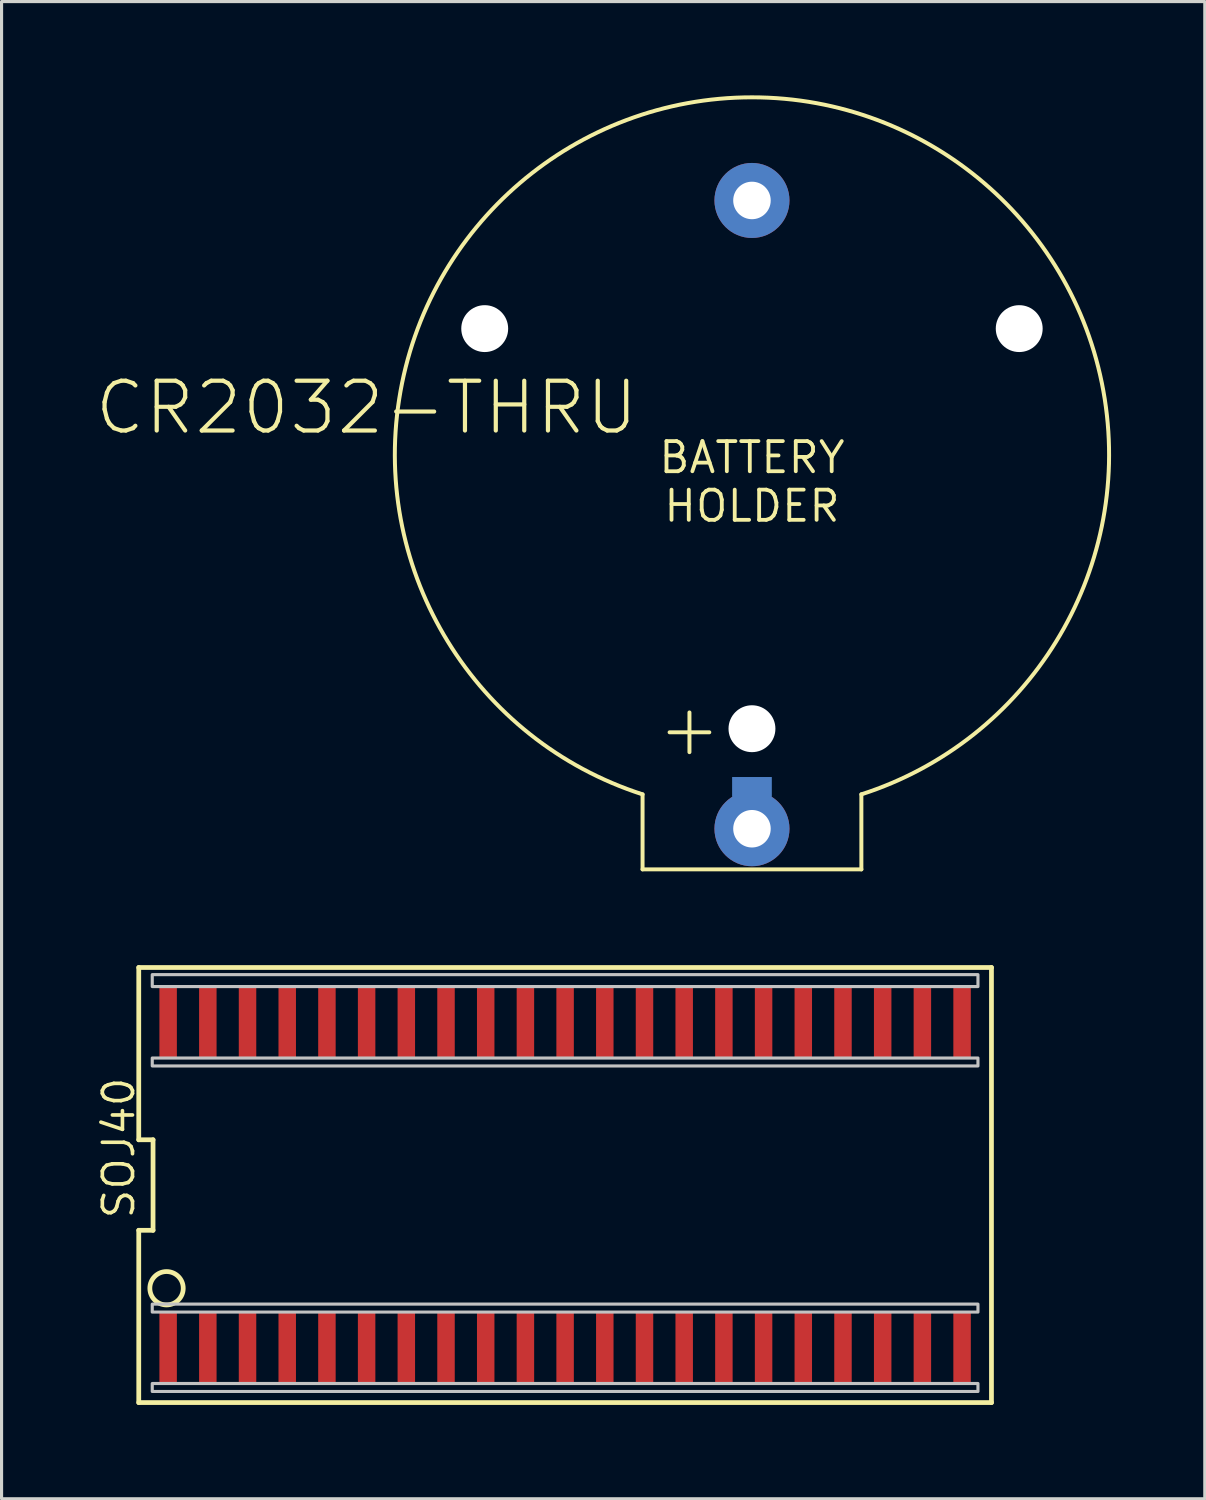
<source format=kicad_pcb>
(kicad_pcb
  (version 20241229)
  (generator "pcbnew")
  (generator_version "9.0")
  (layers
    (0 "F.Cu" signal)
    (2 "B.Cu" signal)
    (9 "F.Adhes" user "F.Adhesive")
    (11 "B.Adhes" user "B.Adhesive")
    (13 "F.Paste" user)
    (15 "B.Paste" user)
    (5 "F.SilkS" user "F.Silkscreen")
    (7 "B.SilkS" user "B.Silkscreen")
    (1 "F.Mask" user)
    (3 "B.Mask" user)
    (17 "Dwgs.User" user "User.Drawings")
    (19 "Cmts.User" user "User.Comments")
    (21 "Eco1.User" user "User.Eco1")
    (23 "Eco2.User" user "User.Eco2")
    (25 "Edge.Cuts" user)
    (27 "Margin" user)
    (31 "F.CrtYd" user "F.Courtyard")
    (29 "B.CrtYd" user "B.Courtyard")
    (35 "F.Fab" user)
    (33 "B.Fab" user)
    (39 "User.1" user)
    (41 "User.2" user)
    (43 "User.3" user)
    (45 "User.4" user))
  (footprint "SOJ40"
    (layer "F.Cu")
    (at 12.489 34.862)
    (property "Reference" "SOJ40" (at -11.176 1.143 270) (layer "F.SilkS") (effects (font (size 0.965 0.965) (thickness 0.116)) (justify left bottom)))
    (attr through_hole)
    (fp_line (start -11.1 -6.96) (end -11.1 -1.448) (stroke (width 0.152) (type solid)) (layer "F.SilkS"))
    (fp_line (start -11.1 -6.96) (end 16.18 -6.96) (stroke (width 0.152) (type solid)) (layer "F.SilkS"))
    (fp_line (start -11.1 -1.448) (end -10.643 -1.448) (stroke (width 0.152) (type solid)) (layer "F.SilkS"))
    (fp_line (start -11.1 1.448) (end -10.643 1.448) (stroke (width 0.152) (type solid)) (layer "F.SilkS"))
    (fp_line (start -11.1 6.96) (end -11.1 1.448) (stroke (width 0.152) (type solid)) (layer "F.SilkS"))
    (fp_line (start -11.1 6.96) (end 16.18 6.96) (stroke (width 0.152) (type solid)) (layer "F.SilkS"))
    (fp_line (start -10.643 -1.448) (end -10.643 1.448) (stroke (width 0.152) (type solid)) (layer "F.SilkS"))
    (fp_line (start 16.18 6.96) (end 16.18 -6.96) (stroke (width 0.152) (type solid)) (layer "F.SilkS"))
    (fp_circle (center -10.211 3.302) (end -9.677 3.302) (stroke (width 0.152) (type solid)) (fill no) (layer "F.SilkS"))
    (fp_poly (pts (xy -10.668 -6.35) (xy 15.748 -6.35) (xy 15.748 -6.731) (xy -10.668 -6.731)) (stroke (width 0.1) (type solid)) (fill no) (layer "Dwgs.User"))
    (fp_poly (pts (xy -10.668 -3.81) (xy 15.748 -3.81) (xy 15.748 -4.064) (xy -10.668 -4.064)) (stroke (width 0.1) (type solid)) (fill no) (layer "Dwgs.User"))
    (fp_poly (pts (xy -10.668 4.064) (xy 15.748 4.064) (xy 15.748 3.81) (xy -10.668 3.81)) (stroke (width 0.1) (type solid)) (fill no) (layer "Dwgs.User"))
    (fp_poly (pts (xy -10.668 6.604) (xy 15.748 6.604) (xy 15.748 6.35) (xy -10.668 6.35)) (stroke (width 0.1) (type solid)) (fill no) (layer "Dwgs.User"))
    (pad "1" smd rect (at -10.16 5.22) (size 0.559 2.286) (layers "F.Cu" "F.Mask" "F.Paste"))
    (pad "2" smd rect (at -8.89 5.22) (size 0.559 2.286) (layers "F.Cu" "F.Mask" "F.Paste"))
    (pad "3" smd rect (at -7.62 5.22) (size 0.559 2.286) (layers "F.Cu" "F.Mask" "F.Paste"))
    (pad "4" smd rect (at -6.35 5.22) (size 0.559 2.286) (layers "F.Cu" "F.Mask" "F.Paste"))
    (pad "5" smd rect (at -5.08 5.22) (size 0.559 2.286) (layers "F.Cu" "F.Mask" "F.Paste"))
    (pad "6" smd rect (at -3.81 5.22) (size 0.559 2.286) (layers "F.Cu" "F.Mask" "F.Paste"))
    (pad "7" smd rect (at -2.54 5.22) (size 0.559 2.286) (layers "F.Cu" "F.Mask" "F.Paste"))
    (pad "8" smd rect (at -1.27 5.22) (size 0.559 2.286) (layers "F.Cu" "F.Mask" "F.Paste"))
    (pad "9" smd rect (at 0 5.22) (size 0.559 2.286) (layers "F.Cu" "F.Mask" "F.Paste"))
    (pad "10" smd rect (at 1.27 5.22) (size 0.559 2.286) (layers "F.Cu" "F.Mask" "F.Paste"))
    (pad "11" smd rect (at 2.54 5.22) (size 0.559 2.286) (layers "F.Cu" "F.Mask" "F.Paste"))
    (pad "12" smd rect (at 3.81 5.22) (size 0.559 2.286) (layers "F.Cu" "F.Mask" "F.Paste"))
    (pad "13" smd rect (at 5.08 5.22) (size 0.559 2.286) (layers "F.Cu" "F.Mask" "F.Paste"))
    (pad "14" smd rect (at 6.35 5.22) (size 0.559 2.286) (layers "F.Cu" "F.Mask" "F.Paste"))
    (pad "15" smd rect (at 7.62 5.22) (size 0.559 2.286) (layers "F.Cu" "F.Mask" "F.Paste"))
    (pad "16" smd rect (at 8.89 5.22) (size 0.559 2.286) (layers "F.Cu" "F.Mask" "F.Paste"))
    (pad "17" smd rect (at 10.16 5.22) (size 0.559 2.286) (layers "F.Cu" "F.Mask" "F.Paste"))
    (pad "18" smd rect (at 11.43 5.22) (size 0.559 2.286) (layers "F.Cu" "F.Mask" "F.Paste"))
    (pad "19" smd rect (at 12.7 5.22) (size 0.559 2.286) (layers "F.Cu" "F.Mask" "F.Paste"))
    (pad "20" smd rect (at 13.97 5.22) (size 0.559 2.286) (layers "F.Cu" "F.Mask" "F.Paste"))
    (pad "21" smd rect (at 15.24 5.22) (size 0.559 2.286) (layers "F.Cu" "F.Mask" "F.Paste"))
    (pad "22" smd rect (at 15.24 -5.22) (size 0.559 2.286) (layers "F.Cu" "F.Mask" "F.Paste"))
    (pad "23" smd rect (at 13.97 -5.22) (size 0.559 2.286) (layers "F.Cu" "F.Mask" "F.Paste"))
    (pad "24" smd rect (at 12.7 -5.22) (size 0.559 2.286) (layers "F.Cu" "F.Mask" "F.Paste"))
    (pad "25" smd rect (at 11.43 -5.22) (size 0.559 2.286) (layers "F.Cu" "F.Mask" "F.Paste"))
    (pad "26" smd rect (at 10.16 -5.22) (size 0.559 2.286) (layers "F.Cu" "F.Mask" "F.Paste"))
    (pad "27" smd rect (at 8.89 -5.22) (size 0.559 2.286) (layers "F.Cu" "F.Mask" "F.Paste"))
    (pad "28" smd rect (at 7.62 -5.22) (size 0.559 2.286) (layers "F.Cu" "F.Mask" "F.Paste"))
    (pad "29" smd rect (at 6.35 -5.22) (size 0.559 2.286) (layers "F.Cu" "F.Mask" "F.Paste"))
    (pad "30" smd rect (at 5.08 -5.22) (size 0.559 2.286) (layers "F.Cu" "F.Mask" "F.Paste"))
    (pad "31" smd rect (at 3.81 -5.22) (size 0.559 2.286) (layers "F.Cu" "F.Mask" "F.Paste"))
    (pad "32" smd rect (at 2.54 -5.22) (size 0.559 2.286) (layers "F.Cu" "F.Mask" "F.Paste"))
    (pad "33" smd rect (at 1.27 -5.22) (size 0.559 2.286) (layers "F.Cu" "F.Mask" "F.Paste"))
    (pad "34" smd rect (at 0 -5.22) (size 0.559 2.286) (layers "F.Cu" "F.Mask" "F.Paste"))
    (pad "35" smd rect (at -1.27 -5.22) (size 0.559 2.286) (layers "F.Cu" "F.Mask" "F.Paste"))
    (pad "36" smd rect (at -2.54 -5.22) (size 0.559 2.286) (layers "F.Cu" "F.Mask" "F.Paste"))
    (pad "37" smd rect (at -3.81 -5.22) (size 0.559 2.286) (layers "F.Cu" "F.Mask" "F.Paste"))
    (pad "38" smd rect (at -5.08 -5.22) (size 0.559 2.286) (layers "F.Cu" "F.Mask" "F.Paste"))
    (pad "39" smd rect (at -6.35 -5.22) (size 0.559 2.286) (layers "F.Cu" "F.Mask" "F.Paste"))
    (pad "40" smd rect (at -7.62 -5.22) (size 0.559 2.286) (layers "F.Cu" "F.Mask" "F.Paste"))
    (pad "41" smd rect (at -8.89 -5.22) (size 0.559 2.286) (layers "F.Cu" "F.Mask" "F.Paste"))
    (pad "42" smd rect (at -10.16 -5.22) (size 0.559 2.286) (layers "F.Cu" "F.Mask" "F.Paste")))
  (footprint "CR2032-THRU"
    (layer "F.Cu")
    (at 21.007 12.363)
    (property "Reference" "CR2032-THRU" (at -3.556 -3.302 0) (layer "F.SilkS") (effects (font (size 1.593 1.593) (thickness 0.134)) (justify right top)))
    (attr through_hole)
    (fp_line (start -3.5 12.4) (end -3.5 10) (stroke (width 0.127) (type solid)) (layer "F.SilkS"))
    (fp_line (start -3.5 12.4) (end 3.5 12.4) (stroke (width 0.127) (type solid)) (layer "F.SilkS"))
    (fp_line (start -2.635 8.015) (end -1.365 8.015) (stroke (width 0.127) (type solid)) (layer "F.SilkS"))
    (fp_line (start -2 7.38) (end -2 8.65) (stroke (width 0.127) (type solid)) (layer "F.SilkS"))
    (fp_line (start 3.5 12.4) (end 3.5 10) (stroke (width 0.127) (type solid)) (layer "F.SilkS"))
    (fp_arc (start -3.5 10) (mid 0 -12.299342) (end 3.499999 10) (stroke (width 0.127) (type solid)) (layer "F.SilkS"))
    (fp_text user "BATTERY\nHOLDER" (at 0 0 0) (layer "F.SilkS") (effects (font (size 0.965 0.965) (thickness 0.122))))
    (pad "" np_thru_hole circle (at -8.55 -4.9) (size 1.5 1.5) (drill 1.5) (layers "*.Cu" "*.Mask"))
    (pad "" np_thru_hole circle (at 0 7.9) (size 1.5 1.5) (drill 1.5) (layers "*.Cu" "*.Mask"))
    (pad "" np_thru_hole circle (at 8.55 -4.9) (size 1.5 1.5) (drill 1.5) (layers "*.Cu" "*.Mask"))
    (pad "+" thru_hole circle (at 0 11.1) (size 2.4 2.4) (drill 1.2) (layers "*.Cu" "*.Mask"))
    (pad "+2" smd rect (at 0 9.763) (size 1.27 0.635) (layers "B.Cu" "B.Mask" "B.Paste"))
    (pad "-" thru_hole circle (at 0 -9) (size 2.4 2.4) (drill 1.2) (layers "*.Cu" "*.Mask")))
  (gr_rect
    (start -3 -3)
    (end 35.494 44.898)
    (stroke (width 0.1) (type default))
    (fill no)
    (layer "Edge.Cuts")))
</source>
